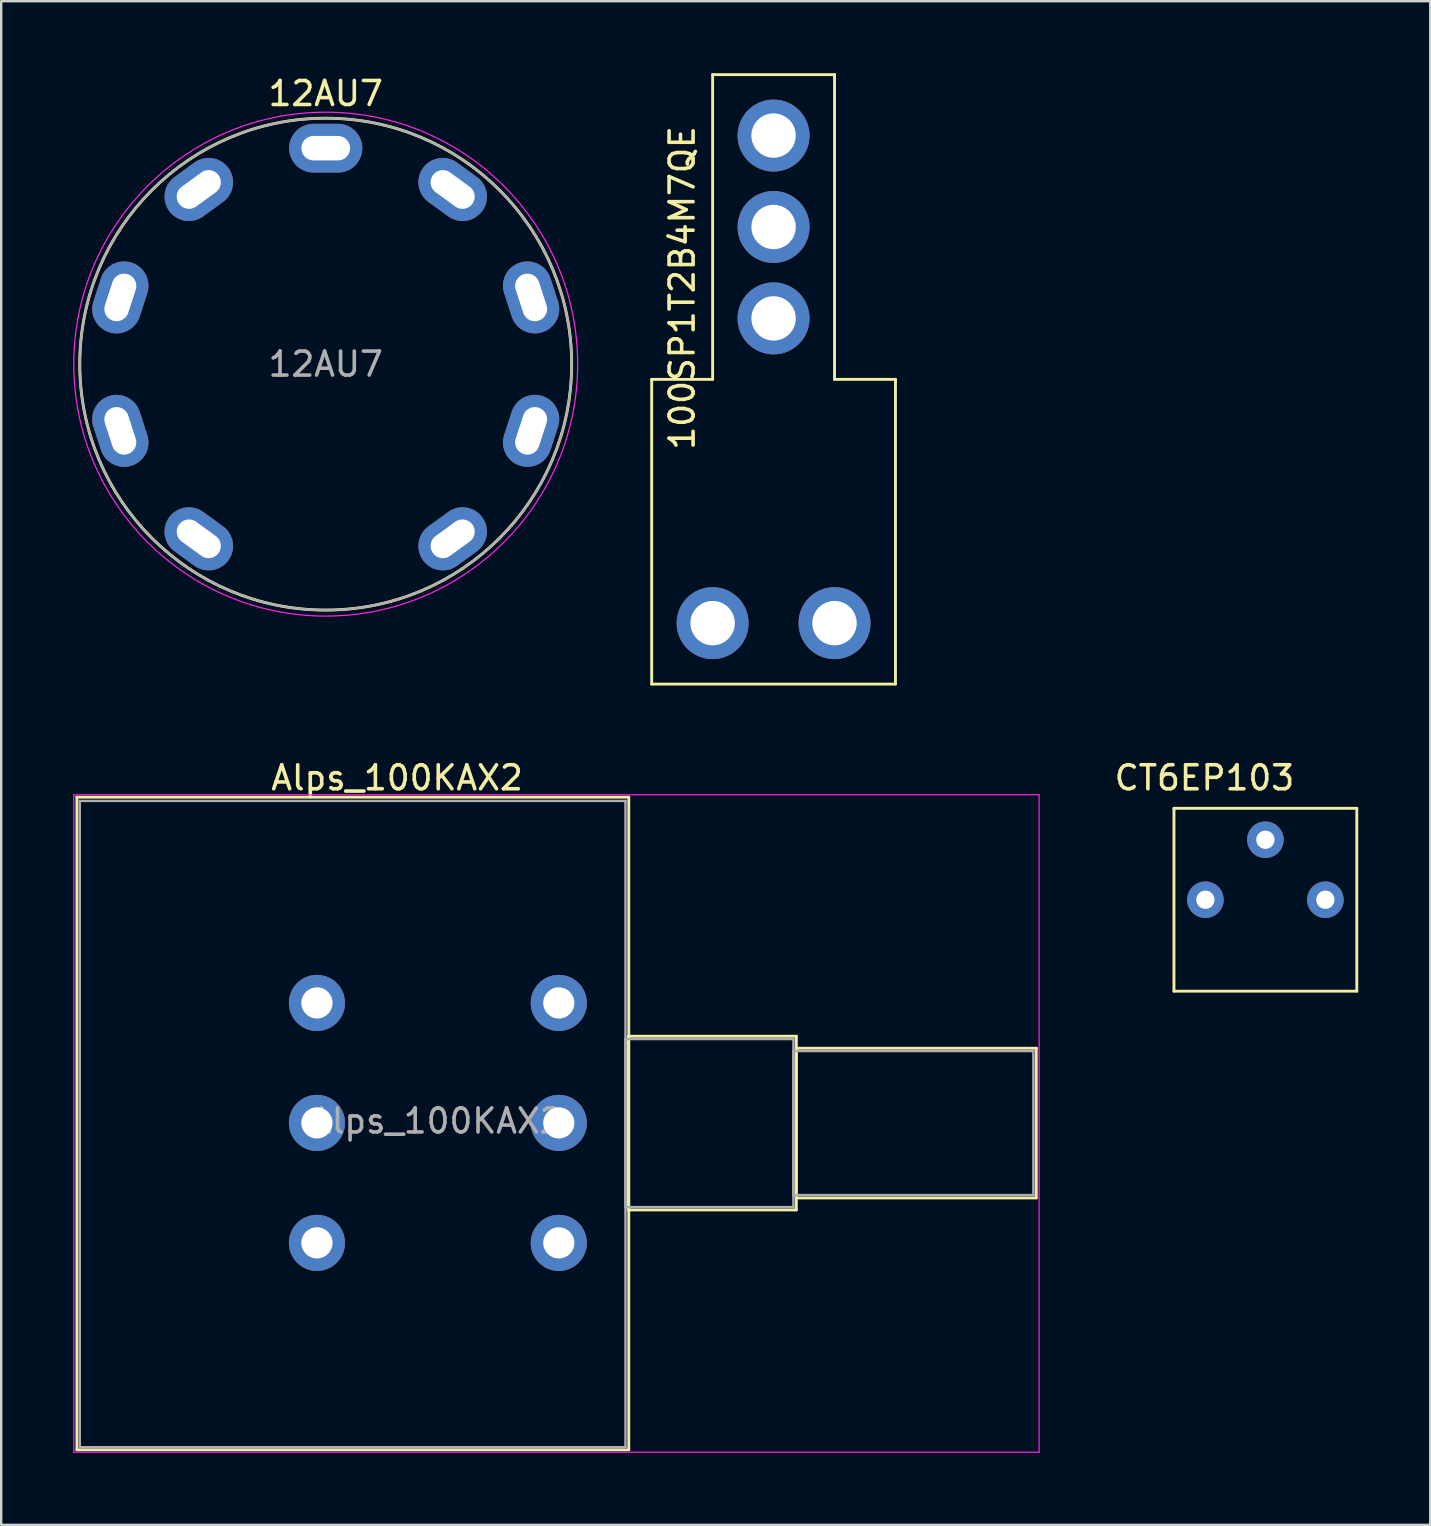
<source format=kicad_pcb>
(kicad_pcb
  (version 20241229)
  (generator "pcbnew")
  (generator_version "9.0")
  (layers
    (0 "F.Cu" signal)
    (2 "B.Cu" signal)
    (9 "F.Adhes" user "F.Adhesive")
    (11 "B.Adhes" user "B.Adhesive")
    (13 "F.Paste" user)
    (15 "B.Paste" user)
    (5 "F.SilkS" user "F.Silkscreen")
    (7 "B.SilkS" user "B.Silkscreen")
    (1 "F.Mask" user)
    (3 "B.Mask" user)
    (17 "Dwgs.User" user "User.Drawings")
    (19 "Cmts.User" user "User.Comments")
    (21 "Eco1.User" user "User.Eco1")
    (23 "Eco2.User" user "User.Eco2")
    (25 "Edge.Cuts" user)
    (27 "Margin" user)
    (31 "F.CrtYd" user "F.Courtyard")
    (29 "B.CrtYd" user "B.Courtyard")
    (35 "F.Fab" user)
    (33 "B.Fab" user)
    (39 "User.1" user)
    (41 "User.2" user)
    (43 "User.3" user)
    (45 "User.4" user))
  (footprint "Alps_100KAX2"
    (layer "F.Cu")
    (at 13.655 48.774)
    (property "Reference" "Alps_100KAX2" (at -0.155 -19.406 0) (layer "F.SilkS") (effects (font (size 1 1) (thickness 0.15))))
    (attr through_hole)
    (fp_line (start -13.5 -18.6) (end -13.5 8.6) (stroke (width 0.12) (type solid)) (layer "F.SilkS"))
    (fp_line (start -13.5 -18.6) (end 9.5 -18.6) (stroke (width 0.12) (type solid)) (layer "F.SilkS"))
    (fp_line (start -13.5 8.6) (end 9.5 8.6) (stroke (width 0.12) (type solid)) (layer "F.SilkS"))
    (fp_line (start 9.483 -8.638) (end 9.483 -1.398) (stroke (width 0.12) (type solid)) (layer "F.SilkS"))
    (fp_line (start 9.483 -8.638) (end 16.483 -8.638) (stroke (width 0.12) (type solid)) (layer "F.SilkS"))
    (fp_line (start 9.483 -1.398) (end 16.483 -1.398) (stroke (width 0.12) (type solid)) (layer "F.SilkS"))
    (fp_line (start 9.5 -18.603) (end 9.5 8.588) (stroke (width 0.12) (type solid)) (layer "F.SilkS"))
    (fp_line (start 16.483 -8.638) (end 16.483 -1.398) (stroke (width 0.12) (type solid)) (layer "F.SilkS"))
    (fp_line (start 16.483 -8.138) (end 16.483 -1.897) (stroke (width 0.12) (type solid)) (layer "F.SilkS"))
    (fp_line (start 16.483 -8.138) (end 26.483 -8.138) (stroke (width 0.12) (type solid)) (layer "F.SilkS"))
    (fp_line (start 16.483 -1.897) (end 26.483 -1.897) (stroke (width 0.12) (type solid)) (layer "F.SilkS"))
    (fp_line (start 26.483 -8.138) (end 26.483 -1.897) (stroke (width 0.12) (type solid)) (layer "F.SilkS"))
    (fp_line (start -13.63 -18.7) (end -13.63 8.7) (stroke (width 0.05) (type solid)) (layer "F.CrtYd"))
    (fp_line (start -13.63 8.7) (end 26.604 8.7) (stroke (width 0.05) (type solid)) (layer "F.CrtYd"))
    (fp_line (start 26.601 -18.7) (end -13.63 -18.7) (stroke (width 0.05) (type solid)) (layer "F.CrtYd"))
    (fp_line (start 26.601 8.702) (end 26.601 -18.699) (stroke (width 0.05) (type solid)) (layer "F.CrtYd"))
    (fp_line (start -13.38 -18.448) (end -13.38 8.491) (stroke (width 0.1) (type solid)) (layer "F.Fab"))
    (fp_line (start -13.38 8.489) (end 9.362 8.489) (stroke (width 0.1) (type solid)) (layer "F.Fab"))
    (fp_line (start 9.362 -18.443) (end -13.365 -18.443) (stroke (width 0.1) (type solid)) (layer "F.Fab"))
    (fp_line (start 9.363 -8.518) (end 9.363 -1.518) (stroke (width 0.1) (type solid)) (layer "F.Fab"))
    (fp_line (start 9.363 -1.518) (end 16.363 -1.518) (stroke (width 0.1) (type solid)) (layer "F.Fab"))
    (fp_line (start 9.363 8.489) (end 9.363 -18.448) (stroke (width 0.1) (type solid)) (layer "F.Fab"))
    (fp_line (start 16.363 -8.518) (end 9.363 -8.518) (stroke (width 0.1) (type solid)) (layer "F.Fab"))
    (fp_line (start 16.363 -8.018) (end 16.363 -2.018) (stroke (width 0.1) (type solid)) (layer "F.Fab"))
    (fp_line (start 16.363 -2.018) (end 26.363 -2.018) (stroke (width 0.1) (type solid)) (layer "F.Fab"))
    (fp_line (start 16.363 -1.518) (end 16.363 -8.518) (stroke (width 0.1) (type solid)) (layer "F.Fab"))
    (fp_line (start 26.363 -8.018) (end 16.363 -8.018) (stroke (width 0.1) (type solid)) (layer "F.Fab"))
    (fp_line (start 26.363 -2.018) (end 26.363 -8.018) (stroke (width 0.1) (type solid)) (layer "F.Fab"))
    (fp_text user "${REFERENCE}" (at 1.504 -5.105 0) (layer "F.Fab") (effects (font (size 1 1) (thickness 0.15))))
    (pad "1" thru_hole circle (at 6.584 -0.025) (size 2.34 2.34) (drill 1.3) (layers "*.Cu" "*.Mask"))
    (pad "2" thru_hole circle (at 6.584 -5.025) (size 2.34 2.34) (drill 1.3) (layers "*.Cu" "*.Mask"))
    (pad "3" thru_hole circle (at 6.584 -10.025) (size 2.34 2.34) (drill 1.3) (layers "*.Cu" "*.Mask"))
    (pad "4" thru_hole circle (at -3.496 -0.025) (size 2.34 2.34) (drill 1.3) (layers "*.Cu" "*.Mask"))
    (pad "5" thru_hole circle (at -3.496 -5.025) (size 2.34 2.34) (drill 1.3) (layers "*.Cu" "*.Mask"))
    (pad "6" thru_hole circle (at -3.496 -10.025) (size 2.34 2.34) (drill 1.3) (layers "*.Cu" "*.Mask")))
  (footprint "100SP1T2B4M7QE"
    (layer "F.Cu")
    (at 29.19 10.22)
    (property "Reference" "100SP1T2B4M7QE" (at -3.81 -1.27 90) (layer "F.SilkS") (effects (font (size 1 1) (thickness 0.15))))
    (attr through_hole)
    (fp_line (start -5.08 2.54) (end -2.54 2.54) (stroke (width 0.12) (type solid)) (layer "F.SilkS"))
    (fp_line (start -5.08 15.24) (end -5.08 2.54) (stroke (width 0.12) (type solid)) (layer "F.SilkS"))
    (fp_line (start -2.54 -10.16) (end 2.54 -10.16) (stroke (width 0.12) (type solid)) (layer "F.SilkS"))
    (fp_line (start -2.54 2.54) (end -2.54 -10.16) (stroke (width 0.12) (type solid)) (layer "F.SilkS"))
    (fp_line (start 2.54 -10.16) (end 2.54 2.54) (stroke (width 0.12) (type solid)) (layer "F.SilkS"))
    (fp_line (start 2.54 2.54) (end 5.08 2.54) (stroke (width 0.12) (type solid)) (layer "F.SilkS"))
    (fp_line (start 5.08 2.54) (end 5.08 15.24) (stroke (width 0.12) (type solid)) (layer "F.SilkS"))
    (fp_line (start 5.08 15.24) (end -5.08 15.24) (stroke (width 0.12) (type solid)) (layer "F.SilkS"))
    (pad "1" thru_hole circle (at 0 0) (size 3 3) (drill 1.85) (layers "*.Cu" "*.Mask"))
    (pad "2" thru_hole circle (at 0 -3.81) (size 3 3) (drill 1.85) (layers "*.Cu" "*.Mask"))
    (pad "3" thru_hole circle (at 0 -7.62) (size 3 3) (drill 1.85) (layers "*.Cu" "*.Mask"))
    (pad "4" thru_hole circle (at -2.54 12.7) (size 3 3) (drill 1.85) (layers "*.Cu" "*.Mask"))
    (pad "4" thru_hole circle (at 2.54 12.7) (size 3 3) (drill 1.85) (layers "*.Cu" "*.Mask")))
  (footprint "CT6EP103"
    (layer "F.Cu")
    (at 49.687 34.448)
    (property "Reference" "CT6EP103" (at -2.54 -5.08 0) (layer "F.SilkS") (effects (font (size 1 1) (thickness 0.15))))
    (attr through_hole)
    (fp_line (start -3.81 -3.81) (end 3.81 -3.81) (stroke (width 0.12) (type solid)) (layer "F.SilkS"))
    (fp_line (start -3.81 3.81) (end -3.81 -3.81) (stroke (width 0.12) (type solid)) (layer "F.SilkS"))
    (fp_line (start 3.81 -3.81) (end 3.81 3.81) (stroke (width 0.12) (type solid)) (layer "F.SilkS"))
    (fp_line (start 3.81 3.81) (end -3.81 3.81) (stroke (width 0.12) (type solid)) (layer "F.SilkS"))
    (pad "1" thru_hole circle (at -2.5 0) (size 1.524 1.524) (drill 0.762) (layers "*.Cu" "*.Mask"))
    (pad "2" thru_hole circle (at 0 -2.5) (size 1.524 1.524) (drill 0.762) (layers "*.Cu" "*.Mask"))
    (pad "3" thru_hole circle (at 2.5 0) (size 1.524 1.524) (drill 0.762) (layers "*.Cu" "*.Mask")))
  (footprint "12AU7"
    (layer "F.Cu")
    (at 10.525 12.126)
    (property "Reference" "12AU7" (at 0 -11.278 0) (layer "F.SilkS") (effects (font (size 1 1) (thickness 0.15))))
    (attr through_hole)
    (fp_circle (center 0 0) (end 10.25 0) (stroke (width 0.12) (type solid)) (fill no) (layer "F.SilkS"))
    (fp_circle (center 0 0) (end 10.5 0) (stroke (width 0.05) (type solid)) (fill no) (layer "F.CrtYd"))
    (fp_circle (center 0 0) (end 10.25 0) (stroke (width 0.1) (type solid)) (fill no) (layer "F.Fab"))
    (fp_text user "${REFERENCE}" (at 0 0 0) (layer "F.Fab") (effects (font (size 1 1) (thickness 0.15))))
    (pad "1" thru_hole oval (at 5.29 7.28 306) (size 2.03 3.05) (drill oval 1.02 2.03) (layers "*.Cu" "*.Mask"))
    (pad "2" thru_hole oval (at 8.56 2.78 342) (size 2.03 3.05) (drill oval 1.02 2.03) (layers "*.Cu" "*.Mask"))
    (pad "3" thru_hole oval (at 8.56 -2.78 18) (size 2.03 3.05) (drill oval 1.02 2.03) (layers "*.Cu" "*.Mask"))
    (pad "4" thru_hole oval (at 5.29 -7.28 54) (size 2.03 3.05) (drill oval 1.02 2.03) (layers "*.Cu" "*.Mask"))
    (pad "5" thru_hole oval (at 0 -9 90) (size 2.03 3.05) (drill oval 1.02 2.03) (layers "*.Cu" "*.Mask"))
    (pad "6" thru_hole oval (at -5.29 -7.28 306) (size 2.03 3.05) (drill oval 1.02 2.03) (layers "*.Cu" "*.Mask"))
    (pad "7" thru_hole oval (at -8.56 -2.78 342) (size 2.03 3.05) (drill oval 1.02 2.03) (layers "*.Cu" "*.Mask"))
    (pad "8" thru_hole oval (at -8.56 2.78 18) (size 2.03 3.05) (drill oval 1.02 2.03) (layers "*.Cu" "*.Mask"))
    (pad "9" thru_hole oval (at -5.29 7.28 54) (size 2.03 3.05) (drill oval 1.02 2.03) (layers "*.Cu" "*.Mask")))
  (gr_rect
    (start -3 -3)
    (end 56.557 60.501)
    (stroke (width 0.1) (type default))
    (fill no)
    (layer "Edge.Cuts")))
</source>
